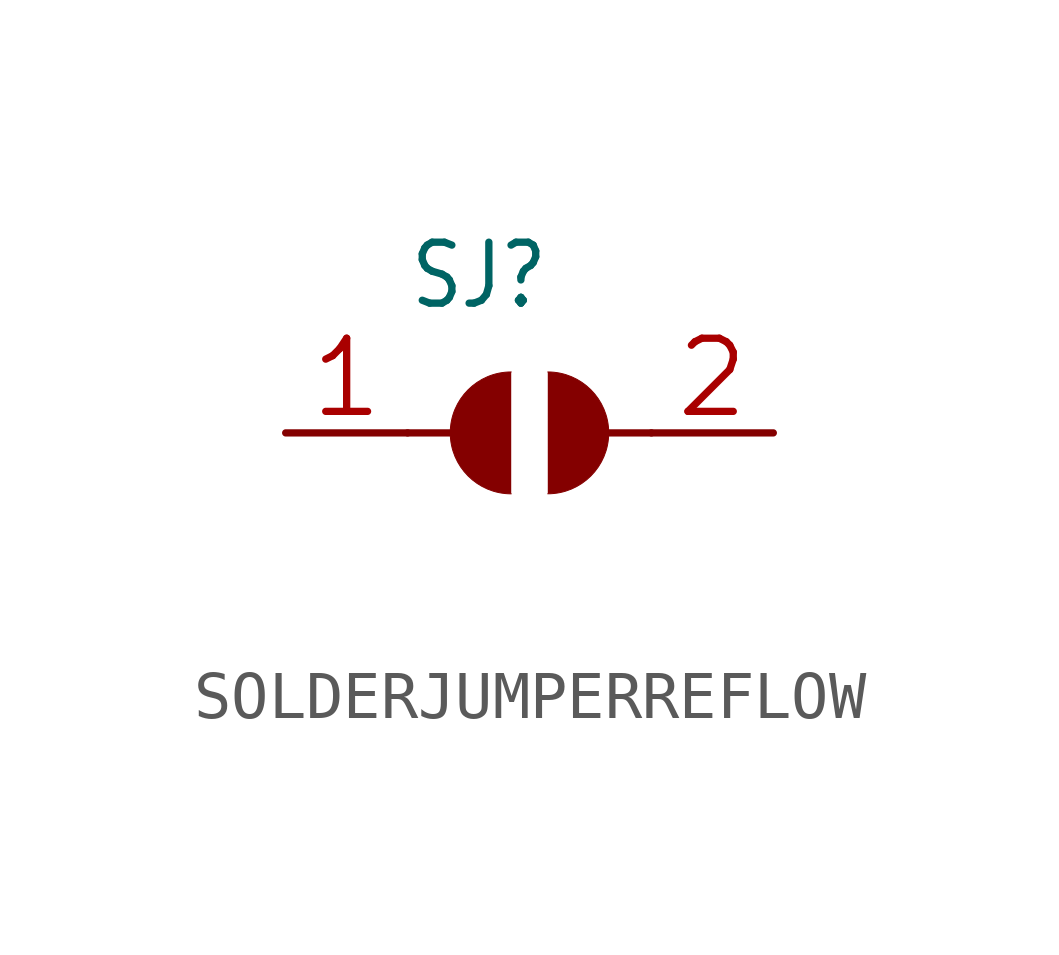
<source format=kicad_sym>
(kicad_symbol_lib
  (version 20241209)
  (generator "kicad_symbol_editor")
  (generator_version "9.0")
  (symbol "SOLDERJUMPERREFLOW"
    (property "Reference" "SJ"
      (at -2.54 2.54 0)
      (effects (font (size 1.27 1.079)) (justify left bottom)))
    (property "Value" ""
      (at -2.54 -3.81 0)
      (effects (font (size 1.27 1.079)) (justify left bottom)))
    (property "ki_locked" ""
      (at 0 0 0)
      (effects (font (size 1.27 1.27))))
    (symbol "SOLDERJUMPERREFLOW_1_0"
      (polyline (pts (xy -2.54 0) (xy -1.651 0)) (stroke (width 0.152) (type solid)) (fill (type none)))
      (arc (start -0.381 -1.27) (mid -1.651 0) (end -0.381 1.27) (stroke (width 0.0001) (type solid)) (fill (type outline)))
      (arc (start 0.381 1.27) (mid 1.651 0) (end 0.381 -1.27) (stroke (width 0.0001) (type solid)) (fill (type outline)))
      (polyline (pts (xy 2.54 0) (xy 1.651 0)) (stroke (width 0.152) (type solid)) (fill (type none)))
      (pin passive line (at -5.08 0 0) (length 2.54) (name "1" (effects (font (size 0 0)))) (number "1" (effects (font (size 1.524 1.524)))))
      (pin passive line (at 5.08 0 180) (length 2.54) (name "2" (effects (font (size 0 0)))) (number "2" (effects (font (size 1.524 1.524))))))))
</source>
